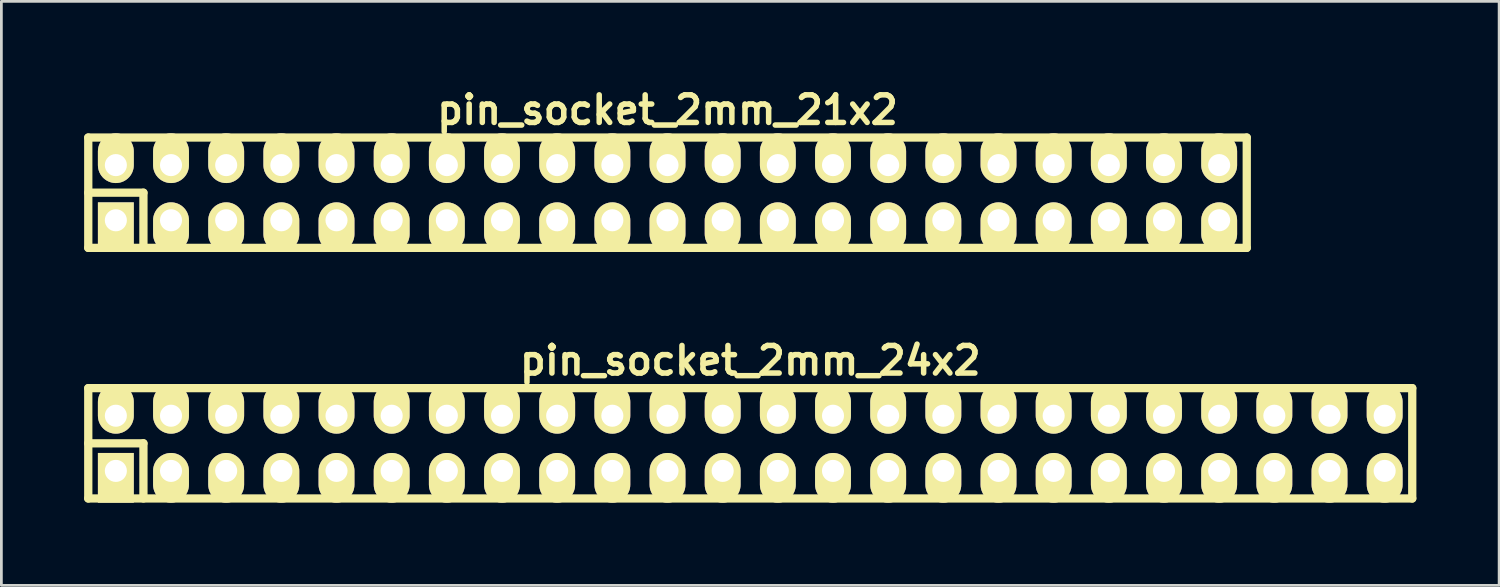
<source format=kicad_pcb>
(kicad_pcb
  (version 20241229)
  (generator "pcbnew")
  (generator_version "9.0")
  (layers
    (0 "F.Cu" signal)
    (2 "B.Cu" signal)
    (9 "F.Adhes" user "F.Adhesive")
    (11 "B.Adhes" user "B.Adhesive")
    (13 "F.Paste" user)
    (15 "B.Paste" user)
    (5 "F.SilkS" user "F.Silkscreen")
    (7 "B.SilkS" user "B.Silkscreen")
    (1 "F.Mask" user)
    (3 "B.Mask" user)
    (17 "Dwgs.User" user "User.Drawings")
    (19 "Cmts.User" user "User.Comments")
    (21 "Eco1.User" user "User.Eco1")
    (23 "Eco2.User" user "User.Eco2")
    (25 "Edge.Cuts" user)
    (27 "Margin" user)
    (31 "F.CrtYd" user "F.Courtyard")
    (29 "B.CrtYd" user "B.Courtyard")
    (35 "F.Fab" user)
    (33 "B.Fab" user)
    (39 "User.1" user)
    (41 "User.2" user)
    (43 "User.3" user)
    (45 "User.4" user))
  (footprint "pin_socket_2mm_21x2"
    (layer "F.Cu")
    (at 21.15 3.936)
    (property "Reference" "pin_socket_2mm_21x2" (at 0 -3 0) (layer "F.SilkS") (effects (font (size 1 1) (thickness 0.2))))
    (attr through_hole)
    (fp_line (start -21 -2) (end 21 -2) (stroke (width 0.3) (type solid)) (layer "F.SilkS"))
    (fp_line (start -21 0) (end -19 0) (stroke (width 0.3) (type solid)) (layer "F.SilkS"))
    (fp_line (start -21 2) (end -21 -2) (stroke (width 0.3) (type solid)) (layer "F.SilkS"))
    (fp_line (start -19 0) (end -19 2) (stroke (width 0.3) (type solid)) (layer "F.SilkS"))
    (fp_line (start 21 -2) (end 21 2) (stroke (width 0.3) (type solid)) (layer "F.SilkS"))
    (fp_line (start 21 2) (end -21 2) (stroke (width 0.3) (type solid)) (layer "F.SilkS"))
    (pad "1" thru_hole rect (at -20 1) (size 1.3 1.8) (drill 0.8 (offset 0 0.25)) (layers "*.Cu" "*.Mask" "F.SilkS"))
    (pad "2" thru_hole oval (at -20 -1) (size 1.3 1.8) (drill 0.8 (offset 0 -0.25)) (layers "*.Cu" "*.Mask" "F.SilkS"))
    (pad "3" thru_hole oval (at -18 1) (size 1.3 1.8) (drill 0.8 (offset 0 0.25)) (layers "*.Cu" "*.Mask" "F.SilkS"))
    (pad "4" thru_hole oval (at -18 -1) (size 1.3 1.8) (drill 0.8 (offset 0 -0.25)) (layers "*.Cu" "*.Mask" "F.SilkS"))
    (pad "5" thru_hole oval (at -16 1) (size 1.3 1.8) (drill 0.8 (offset 0 0.25)) (layers "*.Cu" "*.Mask" "F.SilkS"))
    (pad "6" thru_hole oval (at -16 -1) (size 1.3 1.8) (drill 0.8 (offset 0 -0.25)) (layers "*.Cu" "*.Mask" "F.SilkS"))
    (pad "7" thru_hole oval (at -14 1) (size 1.3 1.8) (drill 0.8 (offset 0 0.25)) (layers "*.Cu" "*.Mask" "F.SilkS"))
    (pad "8" thru_hole oval (at -14 -1) (size 1.3 1.8) (drill 0.8 (offset 0 -0.25)) (layers "*.Cu" "*.Mask" "F.SilkS"))
    (pad "9" thru_hole oval (at -12 1) (size 1.3 1.8) (drill 0.8 (offset 0 0.25)) (layers "*.Cu" "*.Mask" "F.SilkS"))
    (pad "10" thru_hole oval (at -12 -1) (size 1.3 1.8) (drill 0.8 (offset 0 -0.25)) (layers "*.Cu" "*.Mask" "F.SilkS"))
    (pad "11" thru_hole oval (at -10 1) (size 1.3 1.8) (drill 0.8 (offset 0 0.25)) (layers "*.Cu" "*.Mask" "F.SilkS"))
    (pad "12" thru_hole oval (at -10 -1) (size 1.3 1.8) (drill 0.8 (offset 0 -0.25)) (layers "*.Cu" "*.Mask" "F.SilkS"))
    (pad "13" thru_hole oval (at -8 1) (size 1.3 1.8) (drill 0.8 (offset 0 0.25)) (layers "*.Cu" "*.Mask" "F.SilkS"))
    (pad "14" thru_hole oval (at -8 -1) (size 1.3 1.8) (drill 0.8 (offset 0 -0.25)) (layers "*.Cu" "*.Mask" "F.SilkS"))
    (pad "15" thru_hole oval (at -6 1) (size 1.3 1.8) (drill 0.8 (offset 0 0.25)) (layers "*.Cu" "*.Mask" "F.SilkS"))
    (pad "16" thru_hole oval (at -6 -1) (size 1.3 1.8) (drill 0.8 (offset 0 -0.25)) (layers "*.Cu" "*.Mask" "F.SilkS"))
    (pad "17" thru_hole oval (at -4 1) (size 1.3 1.8) (drill 0.8 (offset 0 0.25)) (layers "*.Cu" "*.Mask" "F.SilkS"))
    (pad "18" thru_hole oval (at -4 -1) (size 1.3 1.8) (drill 0.8 (offset 0 -0.25)) (layers "*.Cu" "*.Mask" "F.SilkS"))
    (pad "19" thru_hole oval (at -2 1) (size 1.3 1.8) (drill 0.8 (offset 0 0.25)) (layers "*.Cu" "*.Mask" "F.SilkS"))
    (pad "20" thru_hole oval (at -2 -1) (size 1.3 1.8) (drill 0.8 (offset 0 -0.25)) (layers "*.Cu" "*.Mask" "F.SilkS"))
    (pad "21" thru_hole oval (at 0 1) (size 1.3 1.8) (drill 0.8 (offset 0 0.25)) (layers "*.Cu" "*.Mask" "F.SilkS"))
    (pad "22" thru_hole oval (at 0 -1) (size 1.3 1.8) (drill 0.8 (offset 0 -0.25)) (layers "*.Cu" "*.Mask" "F.SilkS"))
    (pad "23" thru_hole oval (at 2 1) (size 1.3 1.8) (drill 0.8 (offset 0 0.25)) (layers "*.Cu" "*.Mask" "F.SilkS"))
    (pad "24" thru_hole oval (at 2 -1) (size 1.3 1.8) (drill 0.8 (offset 0 -0.25)) (layers "*.Cu" "*.Mask" "F.SilkS"))
    (pad "25" thru_hole oval (at 4 1) (size 1.3 1.8) (drill 0.8 (offset 0 0.25)) (layers "*.Cu" "*.Mask" "F.SilkS"))
    (pad "26" thru_hole oval (at 4 -1) (size 1.3 1.8) (drill 0.8 (offset 0 -0.25)) (layers "*.Cu" "*.Mask" "F.SilkS"))
    (pad "27" thru_hole oval (at 6 1) (size 1.3 1.8) (drill 0.8 (offset 0 0.25)) (layers "*.Cu" "*.Mask" "F.SilkS"))
    (pad "28" thru_hole oval (at 6 -1) (size 1.3 1.8) (drill 0.8 (offset 0 -0.25)) (layers "*.Cu" "*.Mask" "F.SilkS"))
    (pad "29" thru_hole oval (at 8 1) (size 1.3 1.8) (drill 0.8 (offset 0 0.25)) (layers "*.Cu" "*.Mask" "F.SilkS"))
    (pad "30" thru_hole oval (at 8 -1) (size 1.3 1.8) (drill 0.8 (offset 0 -0.25)) (layers "*.Cu" "*.Mask" "F.SilkS"))
    (pad "31" thru_hole oval (at 10 1) (size 1.3 1.8) (drill 0.8 (offset 0 0.25)) (layers "*.Cu" "*.Mask" "F.SilkS"))
    (pad "32" thru_hole oval (at 10 -1) (size 1.3 1.8) (drill 0.8 (offset 0 -0.25)) (layers "*.Cu" "*.Mask" "F.SilkS"))
    (pad "33" thru_hole oval (at 12 1) (size 1.3 1.8) (drill 0.8 (offset 0 0.25)) (layers "*.Cu" "*.Mask" "F.SilkS"))
    (pad "34" thru_hole oval (at 12 -1) (size 1.3 1.8) (drill 0.8 (offset 0 -0.25)) (layers "*.Cu" "*.Mask" "F.SilkS"))
    (pad "35" thru_hole oval (at 14 1) (size 1.3 1.8) (drill 0.8 (offset 0 0.25)) (layers "*.Cu" "*.Mask" "F.SilkS"))
    (pad "36" thru_hole oval (at 14 -1) (size 1.3 1.8) (drill 0.8 (offset 0 -0.25)) (layers "*.Cu" "*.Mask" "F.SilkS"))
    (pad "37" thru_hole oval (at 16 1) (size 1.3 1.8) (drill 0.8 (offset 0 0.25)) (layers "*.Cu" "*.Mask" "F.SilkS"))
    (pad "38" thru_hole oval (at 16 -1) (size 1.3 1.8) (drill 0.8 (offset 0 -0.25)) (layers "*.Cu" "*.Mask" "F.SilkS"))
    (pad "39" thru_hole oval (at 18 1) (size 1.3 1.8) (drill 0.8 (offset 0 0.25)) (layers "*.Cu" "*.Mask" "F.SilkS"))
    (pad "40" thru_hole oval (at 18 -1) (size 1.3 1.8) (drill 0.8 (offset 0 -0.25)) (layers "*.Cu" "*.Mask" "F.SilkS"))
    (pad "41" thru_hole oval (at 20 1) (size 1.3 1.8) (drill 0.8 (offset 0 0.25)) (layers "*.Cu" "*.Mask" "F.SilkS"))
    (pad "42" thru_hole oval (at 20 -1) (size 1.3 1.8) (drill 0.8 (offset 0 -0.25)) (layers "*.Cu" "*.Mask" "F.SilkS")))
  (footprint "pin_socket_2mm_24x2"
    (layer "F.Cu")
    (at 24.15 13.022)
    (property "Reference" "pin_socket_2mm_24x2" (at 0 -3 0) (layer "F.SilkS") (effects (font (size 1 1) (thickness 0.2))))
    (attr through_hole)
    (fp_line (start -24 -2) (end 24 -2) (stroke (width 0.3) (type solid)) (layer "F.SilkS"))
    (fp_line (start -24 0) (end -22 0) (stroke (width 0.3) (type solid)) (layer "F.SilkS"))
    (fp_line (start -24 2) (end -24 -2) (stroke (width 0.3) (type solid)) (layer "F.SilkS"))
    (fp_line (start -22 0) (end -22 2) (stroke (width 0.3) (type solid)) (layer "F.SilkS"))
    (fp_line (start 24 -2) (end 24 2) (stroke (width 0.3) (type solid)) (layer "F.SilkS"))
    (fp_line (start 24 2) (end -24 2) (stroke (width 0.3) (type solid)) (layer "F.SilkS"))
    (pad "1" thru_hole rect (at -23 1) (size 1.3 1.8) (drill 0.8 (offset 0 0.25)) (layers "*.Cu" "*.Mask" "F.SilkS"))
    (pad "2" thru_hole oval (at -23 -1) (size 1.3 1.8) (drill 0.8 (offset 0 -0.25)) (layers "*.Cu" "*.Mask" "F.SilkS"))
    (pad "3" thru_hole oval (at -21 1) (size 1.3 1.8) (drill 0.8 (offset 0 0.25)) (layers "*.Cu" "*.Mask" "F.SilkS"))
    (pad "4" thru_hole oval (at -21 -1) (size 1.3 1.8) (drill 0.8 (offset 0 -0.25)) (layers "*.Cu" "*.Mask" "F.SilkS"))
    (pad "5" thru_hole oval (at -19 1) (size 1.3 1.8) (drill 0.8 (offset 0 0.25)) (layers "*.Cu" "*.Mask" "F.SilkS"))
    (pad "6" thru_hole oval (at -19 -1) (size 1.3 1.8) (drill 0.8 (offset 0 -0.25)) (layers "*.Cu" "*.Mask" "F.SilkS"))
    (pad "7" thru_hole oval (at -17 1) (size 1.3 1.8) (drill 0.8 (offset 0 0.25)) (layers "*.Cu" "*.Mask" "F.SilkS"))
    (pad "8" thru_hole oval (at -17 -1) (size 1.3 1.8) (drill 0.8 (offset 0 -0.25)) (layers "*.Cu" "*.Mask" "F.SilkS"))
    (pad "9" thru_hole oval (at -15 1) (size 1.3 1.8) (drill 0.8 (offset 0 0.25)) (layers "*.Cu" "*.Mask" "F.SilkS"))
    (pad "10" thru_hole oval (at -15 -1) (size 1.3 1.8) (drill 0.8 (offset 0 -0.25)) (layers "*.Cu" "*.Mask" "F.SilkS"))
    (pad "11" thru_hole oval (at -13 1) (size 1.3 1.8) (drill 0.8 (offset 0 0.25)) (layers "*.Cu" "*.Mask" "F.SilkS"))
    (pad "12" thru_hole oval (at -13 -1) (size 1.3 1.8) (drill 0.8 (offset 0 -0.25)) (layers "*.Cu" "*.Mask" "F.SilkS"))
    (pad "13" thru_hole oval (at -11 1) (size 1.3 1.8) (drill 0.8 (offset 0 0.25)) (layers "*.Cu" "*.Mask" "F.SilkS"))
    (pad "14" thru_hole oval (at -11 -1) (size 1.3 1.8) (drill 0.8 (offset 0 -0.25)) (layers "*.Cu" "*.Mask" "F.SilkS"))
    (pad "15" thru_hole oval (at -9 1) (size 1.3 1.8) (drill 0.8 (offset 0 0.25)) (layers "*.Cu" "*.Mask" "F.SilkS"))
    (pad "16" thru_hole oval (at -9 -1) (size 1.3 1.8) (drill 0.8 (offset 0 -0.25)) (layers "*.Cu" "*.Mask" "F.SilkS"))
    (pad "17" thru_hole oval (at -7 1) (size 1.3 1.8) (drill 0.8 (offset 0 0.25)) (layers "*.Cu" "*.Mask" "F.SilkS"))
    (pad "18" thru_hole oval (at -7 -1) (size 1.3 1.8) (drill 0.8 (offset 0 -0.25)) (layers "*.Cu" "*.Mask" "F.SilkS"))
    (pad "19" thru_hole oval (at -5 1) (size 1.3 1.8) (drill 0.8 (offset 0 0.25)) (layers "*.Cu" "*.Mask" "F.SilkS"))
    (pad "20" thru_hole oval (at -5 -1) (size 1.3 1.8) (drill 0.8 (offset 0 -0.25)) (layers "*.Cu" "*.Mask" "F.SilkS"))
    (pad "21" thru_hole oval (at -3 1) (size 1.3 1.8) (drill 0.8 (offset 0 0.25)) (layers "*.Cu" "*.Mask" "F.SilkS"))
    (pad "22" thru_hole oval (at -3 -1) (size 1.3 1.8) (drill 0.8 (offset 0 -0.25)) (layers "*.Cu" "*.Mask" "F.SilkS"))
    (pad "23" thru_hole oval (at -1 1) (size 1.3 1.8) (drill 0.8 (offset 0 0.25)) (layers "*.Cu" "*.Mask" "F.SilkS"))
    (pad "24" thru_hole oval (at -1 -1) (size 1.3 1.8) (drill 0.8 (offset 0 -0.25)) (layers "*.Cu" "*.Mask" "F.SilkS"))
    (pad "25" thru_hole oval (at 1 1) (size 1.3 1.8) (drill 0.8 (offset 0 0.25)) (layers "*.Cu" "*.Mask" "F.SilkS"))
    (pad "26" thru_hole oval (at 1 -1) (size 1.3 1.8) (drill 0.8 (offset 0 -0.25)) (layers "*.Cu" "*.Mask" "F.SilkS"))
    (pad "27" thru_hole oval (at 3 1) (size 1.3 1.8) (drill 0.8 (offset 0 0.25)) (layers "*.Cu" "*.Mask" "F.SilkS"))
    (pad "28" thru_hole oval (at 3 -1) (size 1.3 1.8) (drill 0.8 (offset 0 -0.25)) (layers "*.Cu" "*.Mask" "F.SilkS"))
    (pad "29" thru_hole oval (at 5 1) (size 1.3 1.8) (drill 0.8 (offset 0 0.25)) (layers "*.Cu" "*.Mask" "F.SilkS"))
    (pad "30" thru_hole oval (at 5 -1) (size 1.3 1.8) (drill 0.8 (offset 0 -0.25)) (layers "*.Cu" "*.Mask" "F.SilkS"))
    (pad "31" thru_hole oval (at 7 1) (size 1.3 1.8) (drill 0.8 (offset 0 0.25)) (layers "*.Cu" "*.Mask" "F.SilkS"))
    (pad "32" thru_hole oval (at 7 -1) (size 1.3 1.8) (drill 0.8 (offset 0 -0.25)) (layers "*.Cu" "*.Mask" "F.SilkS"))
    (pad "33" thru_hole oval (at 9 1) (size 1.3 1.8) (drill 0.8 (offset 0 0.25)) (layers "*.Cu" "*.Mask" "F.SilkS"))
    (pad "34" thru_hole oval (at 9 -1) (size 1.3 1.8) (drill 0.8 (offset 0 -0.25)) (layers "*.Cu" "*.Mask" "F.SilkS"))
    (pad "35" thru_hole oval (at 11 1) (size 1.3 1.8) (drill 0.8 (offset 0 0.25)) (layers "*.Cu" "*.Mask" "F.SilkS"))
    (pad "36" thru_hole oval (at 11 -1) (size 1.3 1.8) (drill 0.8 (offset 0 -0.25)) (layers "*.Cu" "*.Mask" "F.SilkS"))
    (pad "37" thru_hole oval (at 13 1) (size 1.3 1.8) (drill 0.8 (offset 0 0.25)) (layers "*.Cu" "*.Mask" "F.SilkS"))
    (pad "38" thru_hole oval (at 13 -1) (size 1.3 1.8) (drill 0.8 (offset 0 -0.25)) (layers "*.Cu" "*.Mask" "F.SilkS"))
    (pad "39" thru_hole oval (at 15 1) (size 1.3 1.8) (drill 0.8 (offset 0 0.25)) (layers "*.Cu" "*.Mask" "F.SilkS"))
    (pad "40" thru_hole oval (at 15 -1) (size 1.3 1.8) (drill 0.8 (offset 0 -0.25)) (layers "*.Cu" "*.Mask" "F.SilkS"))
    (pad "41" thru_hole oval (at 17 1) (size 1.3 1.8) (drill 0.8 (offset 0 0.25)) (layers "*.Cu" "*.Mask" "F.SilkS"))
    (pad "42" thru_hole oval (at 17 -1) (size 1.3 1.8) (drill 0.8 (offset 0 -0.25)) (layers "*.Cu" "*.Mask" "F.SilkS"))
    (pad "43" thru_hole oval (at 19 1) (size 1.3 1.8) (drill 0.8 (offset 0 0.25)) (layers "*.Cu" "*.Mask" "F.SilkS"))
    (pad "44" thru_hole oval (at 19 -1) (size 1.3 1.8) (drill 0.8 (offset 0 -0.25)) (layers "*.Cu" "*.Mask" "F.SilkS"))
    (pad "45" thru_hole oval (at 21 1) (size 1.3 1.8) (drill 0.8 (offset 0 0.25)) (layers "*.Cu" "*.Mask" "F.SilkS"))
    (pad "46" thru_hole oval (at 21 -1) (size 1.3 1.8) (drill 0.8 (offset 0 -0.25)) (layers "*.Cu" "*.Mask" "F.SilkS"))
    (pad "47" thru_hole oval (at 23 1) (size 1.3 1.8) (drill 0.8 (offset 0 0.25)) (layers "*.Cu" "*.Mask" "F.SilkS"))
    (pad "48" thru_hole oval (at 23 -1) (size 1.3 1.8) (drill 0.8 (offset 0 -0.25)) (layers "*.Cu" "*.Mask" "F.SilkS")))
  (gr_rect
    (start -3 -3)
    (end 51.3 18.172)
    (stroke (width 0.1) (type default))
    (fill no)
    (layer "Edge.Cuts")))
</source>
